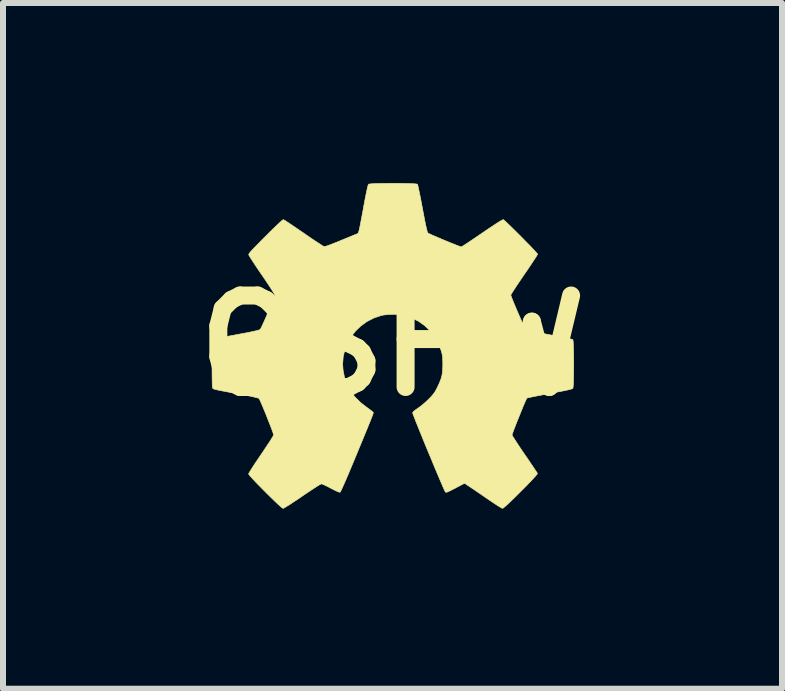
<source format=kicad_pcb>
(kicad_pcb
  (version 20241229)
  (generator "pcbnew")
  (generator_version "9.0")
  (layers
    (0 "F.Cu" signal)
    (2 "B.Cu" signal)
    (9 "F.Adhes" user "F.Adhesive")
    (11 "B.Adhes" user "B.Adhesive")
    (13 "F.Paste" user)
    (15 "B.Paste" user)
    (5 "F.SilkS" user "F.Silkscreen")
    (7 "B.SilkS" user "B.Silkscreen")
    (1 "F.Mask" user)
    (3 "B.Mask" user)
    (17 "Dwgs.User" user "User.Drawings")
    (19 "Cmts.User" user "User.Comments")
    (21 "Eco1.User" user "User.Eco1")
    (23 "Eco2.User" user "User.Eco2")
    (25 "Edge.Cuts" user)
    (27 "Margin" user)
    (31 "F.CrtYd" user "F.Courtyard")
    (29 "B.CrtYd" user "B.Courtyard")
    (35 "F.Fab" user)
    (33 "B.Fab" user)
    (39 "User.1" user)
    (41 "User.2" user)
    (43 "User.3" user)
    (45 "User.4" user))
  (footprint "OSHW"
    (layer "F.Cu")
    (at 3.491 2.709)
    (property "Reference" "OSHW" (at 0 0 0) (layer "F.SilkS") (effects (font (size 1.524 1.524) (thickness 0.3))))
    (attr through_hole)
    (fp_poly (pts (xy 0.053 -2.704) (xy 0.131 -2.703) (xy 0.205 -2.702) (xy 0.272 -2.7) (xy 0.329 -2.698) (xy 0.374 -2.696) (xy 0.403 -2.692) (xy 0.415 -2.689) (xy 0.42 -2.676) (xy 0.427 -2.646) (xy 0.437 -2.6) (xy 0.449 -2.54) (xy 0.464 -2.47) (xy 0.479 -2.391) (xy 0.495 -2.305) (xy 0.499 -2.285) (xy 0.52 -2.173) (xy 0.538 -2.08) (xy 0.553 -2.006) (xy 0.566 -1.95) (xy 0.576 -1.91) (xy 0.583 -1.886) (xy 0.588 -1.878) (xy 0.601 -1.87) (xy 0.63 -1.856) (xy 0.672 -1.837) (xy 0.724 -1.815) (xy 0.783 -1.79) (xy 0.845 -1.763) (xy 0.909 -1.737) (xy 0.971 -1.711) (xy 1.028 -1.689) (xy 1.077 -1.669) (xy 1.115 -1.655) (xy 1.139 -1.647) (xy 1.146 -1.646) (xy 1.157 -1.651) (xy 1.183 -1.667) (xy 1.222 -1.692) (xy 1.272 -1.725) (xy 1.331 -1.765) (xy 1.398 -1.81) (xy 1.47 -1.859) (xy 1.494 -1.875) (xy 1.59 -1.941) (xy 1.67 -1.994) (xy 1.735 -2.037) (xy 1.784 -2.068) (xy 1.819 -2.088) (xy 1.84 -2.098) (xy 1.847 -2.099) (xy 1.859 -2.09) (xy 1.882 -2.069) (xy 1.916 -2.037) (xy 1.958 -1.997) (xy 2.006 -1.95) (xy 2.059 -1.898) (xy 2.114 -1.843) (xy 2.17 -1.787) (xy 2.224 -1.731) (xy 2.276 -1.679) (xy 2.322 -1.631) (xy 2.361 -1.589) (xy 2.391 -1.556) (xy 2.411 -1.534) (xy 2.418 -1.524) (xy 2.412 -1.512) (xy 2.396 -1.486) (xy 2.371 -1.447) (xy 2.338 -1.397) (xy 2.299 -1.338) (xy 2.254 -1.271) (xy 2.205 -1.2) (xy 2.194 -1.184) (xy 2.145 -1.112) (xy 2.099 -1.044) (xy 2.058 -0.983) (xy 2.024 -0.93) (xy 1.997 -0.888) (xy 1.979 -0.858) (xy 1.971 -0.843) (xy 1.971 -0.842) (xy 1.975 -0.828) (xy 1.986 -0.798) (xy 2.003 -0.755) (xy 2.024 -0.703) (xy 2.049 -0.643) (xy 2.076 -0.58) (xy 2.104 -0.515) (xy 2.131 -0.453) (xy 2.157 -0.394) (xy 2.18 -0.344) (xy 2.199 -0.304) (xy 2.212 -0.277) (xy 2.218 -0.267) (xy 2.231 -0.261) (xy 2.262 -0.253) (xy 2.309 -0.243) (xy 2.37 -0.229) (xy 2.443 -0.215) (xy 2.525 -0.199) (xy 2.611 -0.182) (xy 2.697 -0.166) (xy 2.776 -0.151) (xy 2.847 -0.136) (xy 2.908 -0.124) (xy 2.956 -0.113) (xy 2.988 -0.105) (xy 3.003 -0.101) (xy 3.004 -0.1) (xy 3.008 -0.087) (xy 3.011 -0.057) (xy 3.013 -0.011) (xy 3.015 0.046) (xy 3.017 0.113) (xy 3.018 0.187) (xy 3.019 0.265) (xy 3.019 0.345) (xy 3.018 0.423) (xy 3.017 0.497) (xy 3.016 0.565) (xy 3.014 0.623) (xy 3.011 0.669) (xy 3.008 0.7) (xy 3.005 0.713) (xy 2.994 0.719) (xy 2.969 0.727) (xy 2.93 0.737) (xy 2.874 0.749) (xy 2.8 0.764) (xy 2.709 0.781) (xy 2.621 0.798) (xy 2.537 0.814) (xy 2.458 0.829) (xy 2.388 0.842) (xy 2.329 0.854) (xy 2.283 0.864) (xy 2.252 0.871) (xy 2.239 0.876) (xy 2.239 0.876) (xy 2.232 0.887) (xy 2.219 0.915) (xy 2.201 0.956) (xy 2.179 1.007) (xy 2.155 1.067) (xy 2.129 1.131) (xy 2.102 1.198) (xy 2.075 1.264) (xy 2.051 1.326) (xy 2.029 1.382) (xy 2.011 1.43) (xy 1.999 1.465) (xy 1.992 1.486) (xy 1.991 1.49) (xy 1.997 1.502) (xy 2.013 1.528) (xy 2.038 1.567) (xy 2.07 1.617) (xy 2.109 1.676) (xy 2.153 1.742) (xy 2.2 1.811) (xy 2.249 1.881) (xy 2.293 1.947) (xy 2.333 2.005) (xy 2.366 2.055) (xy 2.392 2.094) (xy 2.409 2.12) (xy 2.415 2.131) (xy 2.41 2.141) (xy 2.391 2.164) (xy 2.362 2.197) (xy 2.324 2.239) (xy 2.278 2.287) (xy 2.227 2.34) (xy 2.172 2.395) (xy 2.116 2.451) (xy 2.06 2.507) (xy 2.007 2.559) (xy 1.957 2.607) (xy 1.913 2.648) (xy 1.877 2.68) (xy 1.851 2.702) (xy 1.836 2.712) (xy 1.834 2.713) (xy 1.82 2.707) (xy 1.792 2.691) (xy 1.753 2.667) (xy 1.705 2.636) (xy 1.65 2.599) (xy 1.605 2.569) (xy 1.541 2.525) (xy 1.476 2.48) (xy 1.414 2.438) (xy 1.359 2.4) (xy 1.315 2.371) (xy 1.299 2.36) (xy 1.2 2.294) (xy 1.048 2.374) (xy 0.991 2.403) (xy 0.95 2.424) (xy 0.921 2.437) (xy 0.902 2.443) (xy 0.889 2.444) (xy 0.882 2.44) (xy 0.88 2.438) (xy 0.873 2.426) (xy 0.86 2.397) (xy 0.84 2.353) (xy 0.816 2.296) (xy 0.786 2.227) (xy 0.753 2.149) (xy 0.717 2.064) (xy 0.679 1.973) (xy 0.64 1.878) (xy 0.599 1.781) (xy 0.559 1.684) (xy 0.52 1.589) (xy 0.483 1.497) (xy 0.448 1.412) (xy 0.417 1.334) (xy 0.389 1.265) (xy 0.367 1.207) (xy 0.349 1.163) (xy 0.339 1.134) (xy 0.335 1.121) (xy 0.342 1.107) (xy 0.362 1.087) (xy 0.397 1.061) (xy 0.419 1.046) (xy 0.46 1.017) (xy 0.509 0.978) (xy 0.559 0.934) (xy 0.6 0.895) (xy 0.643 0.851) (xy 0.674 0.815) (xy 0.699 0.782) (xy 0.721 0.746) (xy 0.745 0.7) (xy 0.749 0.691) (xy 0.783 0.618) (xy 0.807 0.556) (xy 0.823 0.498) (xy 0.833 0.437) (xy 0.837 0.367) (xy 0.838 0.315) (xy 0.837 0.252) (xy 0.835 0.204) (xy 0.83 0.164) (xy 0.823 0.127) (xy 0.815 0.097) (xy 0.769 -0.028) (xy 0.707 -0.141) (xy 0.629 -0.243) (xy 0.538 -0.331) (xy 0.434 -0.405) (xy 0.318 -0.462) (xy 0.208 -0.499) (xy 0.127 -0.514) (xy 0.036 -0.521) (xy -0.058 -0.519) (xy -0.147 -0.51) (xy -0.198 -0.499) (xy -0.318 -0.457) (xy -0.429 -0.399) (xy -0.528 -0.327) (xy -0.616 -0.243) (xy -0.69 -0.147) (xy -0.75 -0.042) (xy -0.794 0.07) (xy -0.822 0.187) (xy -0.831 0.309) (xy -0.824 0.41) (xy -0.799 0.537) (xy -0.758 0.653) (xy -0.7 0.76) (xy -0.624 0.859) (xy -0.53 0.951) (xy -0.437 1.023) (xy -0.396 1.053) (xy -0.361 1.079) (xy -0.336 1.099) (xy -0.324 1.111) (xy -0.323 1.112) (xy -0.322 1.114) (xy -0.321 1.117) (xy -0.321 1.122) (xy -0.323 1.131) (xy -0.327 1.143) (xy -0.333 1.161) (xy -0.343 1.186) (xy -0.356 1.219) (xy -0.372 1.261) (xy -0.394 1.313) (xy -0.42 1.378) (xy -0.452 1.455) (xy -0.489 1.546) (xy -0.533 1.652) (xy -0.584 1.775) (xy -0.63 1.887) (xy -0.686 2.02) (xy -0.734 2.135) (xy -0.775 2.231) (xy -0.809 2.308) (xy -0.836 2.368) (xy -0.856 2.411) (xy -0.869 2.436) (xy -0.876 2.444) (xy -0.892 2.441) (xy -0.923 2.429) (xy -0.966 2.409) (xy -1.019 2.382) (xy -1.028 2.377) (xy -1.077 2.351) (xy -1.121 2.33) (xy -1.156 2.314) (xy -1.179 2.305) (xy -1.185 2.304) (xy -1.198 2.309) (xy -1.226 2.325) (xy -1.266 2.35) (xy -1.317 2.383) (xy -1.376 2.422) (xy -1.442 2.466) (xy -1.504 2.508) (xy -1.573 2.556) (xy -1.639 2.599) (xy -1.697 2.638) (xy -1.747 2.669) (xy -1.786 2.693) (xy -1.812 2.708) (xy -1.823 2.713) (xy -1.836 2.706) (xy -1.862 2.685) (xy -1.901 2.65) (xy -1.953 2.601) (xy -2.018 2.538) (xy -2.097 2.46) (xy -2.121 2.436) (xy -2.203 2.353) (xy -2.271 2.284) (xy -2.324 2.227) (xy -2.363 2.184) (xy -2.388 2.155) (xy -2.398 2.139) (xy -2.398 2.138) (xy -2.392 2.125) (xy -2.376 2.097) (xy -2.351 2.057) (xy -2.319 2.006) (xy -2.28 1.947) (xy -2.235 1.881) (xy -2.189 1.813) (xy -2.142 1.743) (xy -2.098 1.677) (xy -2.059 1.618) (xy -2.026 1.568) (xy -2.002 1.528) (xy -1.986 1.501) (xy -1.981 1.489) (xy -1.985 1.473) (xy -1.995 1.442) (xy -2.011 1.398) (xy -2.032 1.343) (xy -2.056 1.282) (xy -2.082 1.216) (xy -2.108 1.149) (xy -2.135 1.084) (xy -2.16 1.023) (xy -2.183 0.97) (xy -2.202 0.926) (xy -2.216 0.896) (xy -2.224 0.882) (xy -2.224 0.882) (xy -2.237 0.876) (xy -2.265 0.867) (xy -2.309 0.857) (xy -2.37 0.843) (xy -2.449 0.828) (xy -2.547 0.809) (xy -2.581 0.803) (xy -2.682 0.784) (xy -2.766 0.769) (xy -2.833 0.756) (xy -2.885 0.746) (xy -2.925 0.737) (xy -2.954 0.73) (xy -2.974 0.724) (xy -2.987 0.719) (xy -2.994 0.713) (xy -2.998 0.707) (xy -3 0.7) (xy -3.001 0.698) (xy -3.002 0.683) (xy -3.004 0.65) (xy -3.005 0.602) (xy -3.006 0.54) (xy -3.007 0.468) (xy -3.007 0.388) (xy -3.007 0.301) (xy -3.007 0.299) (xy -3.007 0.195) (xy -3.007 0.109) (xy -3.006 0.041) (xy -3.004 -0.012) (xy -3.002 -0.05) (xy -3 -0.076) (xy -2.997 -0.091) (xy -2.995 -0.094) (xy -2.986 -0.1) (xy -2.965 -0.107) (xy -2.931 -0.116) (xy -2.884 -0.127) (xy -2.82 -0.14) (xy -2.74 -0.156) (xy -2.642 -0.174) (xy -2.602 -0.182) (xy -2.499 -0.201) (xy -2.414 -0.217) (xy -2.345 -0.231) (xy -2.293 -0.243) (xy -2.253 -0.252) (xy -2.227 -0.26) (xy -2.21 -0.267) (xy -2.204 -0.271) (xy -2.195 -0.285) (xy -2.18 -0.316) (xy -2.16 -0.359) (xy -2.136 -0.412) (xy -2.109 -0.472) (xy -2.082 -0.536) (xy -2.054 -0.6) (xy -2.028 -0.663) (xy -2.004 -0.721) (xy -1.985 -0.77) (xy -1.97 -0.809) (xy -1.962 -0.834) (xy -1.961 -0.84) (xy -1.967 -0.854) (xy -1.983 -0.882) (xy -2.008 -0.923) (xy -2.042 -0.976) (xy -2.082 -1.037) (xy -2.128 -1.106) (xy -2.176 -1.176) (xy -2.225 -1.247) (xy -2.27 -1.314) (xy -2.31 -1.375) (xy -2.344 -1.427) (xy -2.371 -1.469) (xy -2.388 -1.498) (xy -2.396 -1.512) (xy -2.396 -1.512) (xy -2.395 -1.52) (xy -2.39 -1.532) (xy -2.379 -1.548) (xy -2.361 -1.57) (xy -2.334 -1.599) (xy -2.298 -1.637) (xy -2.251 -1.685) (xy -2.192 -1.745) (xy -2.12 -1.818) (xy -2.117 -1.82) (xy -2.041 -1.896) (xy -1.975 -1.961) (xy -1.919 -2.014) (xy -1.875 -2.055) (xy -1.843 -2.084) (xy -1.823 -2.098) (xy -1.818 -2.1) (xy -1.807 -2.093) (xy -1.78 -2.077) (xy -1.741 -2.051) (xy -1.691 -2.018) (xy -1.632 -1.978) (xy -1.566 -1.933) (xy -1.495 -1.884) (xy -1.488 -1.88) (xy -1.416 -1.83) (xy -1.349 -1.784) (xy -1.288 -1.743) (xy -1.235 -1.709) (xy -1.193 -1.681) (xy -1.164 -1.662) (xy -1.149 -1.654) (xy -1.148 -1.654) (xy -1.138 -1.652) (xy -1.122 -1.654) (xy -1.1 -1.659) (xy -1.068 -1.67) (xy -1.025 -1.686) (xy -0.968 -1.708) (xy -0.896 -1.737) (xy -0.859 -1.753) (xy -0.789 -1.781) (xy -0.726 -1.807) (xy -0.671 -1.83) (xy -0.627 -1.848) (xy -0.597 -1.86) (xy -0.582 -1.866) (xy -0.582 -1.866) (xy -0.577 -1.87) (xy -0.572 -1.876) (xy -0.567 -1.888) (xy -0.561 -1.906) (xy -0.554 -1.933) (xy -0.546 -1.971) (xy -0.536 -2.02) (xy -0.524 -2.084) (xy -0.509 -2.163) (xy -0.491 -2.259) (xy -0.482 -2.311) (xy -0.462 -2.417) (xy -0.445 -2.504) (xy -0.431 -2.574) (xy -0.419 -2.626) (xy -0.41 -2.662) (xy -0.403 -2.683) (xy -0.398 -2.69) (xy -0.384 -2.693) (xy -0.352 -2.696) (xy -0.305 -2.699) (xy -0.247 -2.701) (xy -0.179 -2.702) (xy -0.105 -2.703) (xy -0.026 -2.704) (xy 0.053 -2.704)) (stroke (width 0.01) (type solid)) (fill yes) (layer "F.SilkS")))
  (gr_rect
    (start -3 -3)
    (end 9.981 8.427)
    (stroke (width 0.1) (type default))
    (fill no)
    (layer "Edge.Cuts")))
</source>
